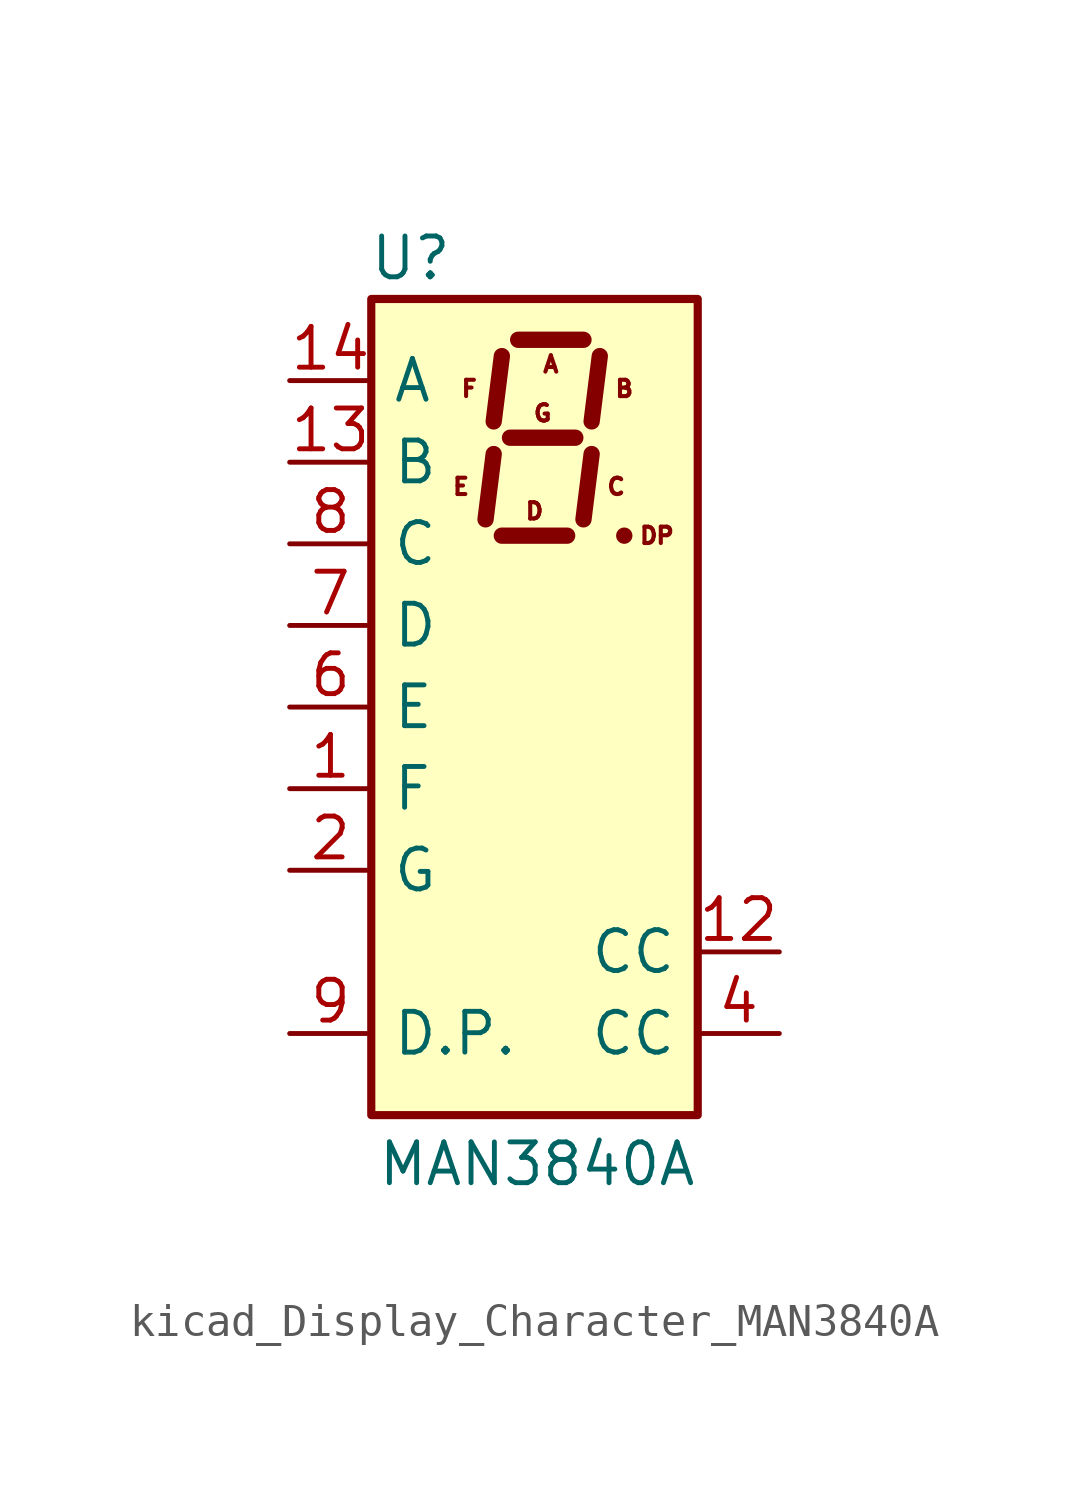
<source format=kicad_sym>
(kicad_symbol_lib
  (version 20220914)
  (generator kicad_symbol_editor)
  (symbol "kicad_Display_Character_MAN3840A"
    (pin_names
      (offset 0.635))
    (property "Reference" "U"
      (at -2.54 13.97 0)
      (effects (font (size 1.27 1.27)) (justify right)))
    (property "Value" "MAN3840A"
      (at 5.08 -14.224 0)
      (effects (font (size 1.27 1.27)) (justify right)))
    (symbol "kicad_Display_Character_MAN3840A_0_0"
      (text "A" (at 0.508 10.668 0) (effects (font (size 0.508 0.508))))
      (text "B" (at 2.794 9.906 0) (effects (font (size 0.508 0.508))))
      (text "C" (at 2.54 6.858 0) (effects (font (size 0.508 0.508))))
      (text "D" (at 0 6.096 0) (effects (font (size 0.508 0.508))))
      (text "DP" (at 3.81 5.334 0) (effects (font (size 0.508 0.508))))
      (text "E" (at -2.286 6.858 0) (effects (font (size 0.508 0.508))))
      (text "F" (at -2.032 9.906 0) (effects (font (size 0.508 0.508))))
      (text "G" (at 0.254 9.144 0) (effects (font (size 0.508 0.508)))))
    (symbol "kicad_Display_Character_MAN3840A_0_1"
      (rectangle (start -5.08 12.7) (end 5.08 -12.7) (stroke (width 0.254) (type default)) (fill (type background)))
      (polyline (pts (xy -1.27 7.874) (xy -1.524 5.842)) (stroke (width 0.508) (type default)) (fill (type none)))
      (polyline (pts (xy -1.016 5.334) (xy 1.016 5.334)) (stroke (width 0.508) (type default)) (fill (type none)))
      (polyline (pts (xy -1.016 10.922) (xy -1.27 8.89)) (stroke (width 0.508) (type default)) (fill (type none)))
      (polyline (pts (xy -0.762 8.382) (xy 1.27 8.382)) (stroke (width 0.508) (type default)) (fill (type none)))
      (polyline (pts (xy -0.508 11.43) (xy 1.524 11.43)) (stroke (width 0.508) (type default)) (fill (type none)))
      (polyline (pts (xy 1.778 7.874) (xy 1.524 5.842)) (stroke (width 0.508) (type default)) (fill (type none)))
      (polyline (pts (xy 2.032 10.922) (xy 1.778 8.89)) (stroke (width 0.508) (type default)) (fill (type none)))
      (polyline (pts (xy 2.794 5.334) (xy 2.794 5.334)) (stroke (width 0.508) (type default)) (fill (type none))))
    (symbol "kicad_Display_Character_MAN3840A_1_1"
      (pin input line (at -7.62 -2.54 0) (length 2.54) (name "F" (effects (font (size 1.27 1.27)))) (number "1" (effects (font (size 1.27 1.27)))))
      (pin no_connect line (at 5.08 -2.54 180) (length 2.54) hide (name "NC" (effects (font (size 1.27 1.27)))) (number "10" (effects (font (size 1.27 1.27)))))
      (pin no_connect line (at 5.08 -5.08 180) (length 2.54) hide (name "NC" (effects (font (size 1.27 1.27)))) (number "11" (effects (font (size 1.27 1.27)))))
      (pin input line (at 7.62 -7.62 180) (length 2.54) (name "CC" (effects (font (size 1.27 1.27)))) (number "12" (effects (font (size 1.27 1.27)))))
      (pin input line (at -7.62 7.62 0) (length 2.54) (name "B" (effects (font (size 1.27 1.27)))) (number "13" (effects (font (size 1.27 1.27)))))
      (pin input line (at -7.62 10.16 0) (length 2.54) (name "A" (effects (font (size 1.27 1.27)))) (number "14" (effects (font (size 1.27 1.27)))))
      (pin input line (at -7.62 -5.08 0) (length 2.54) (name "G" (effects (font (size 1.27 1.27)))) (number "2" (effects (font (size 1.27 1.27)))))
      (pin no_connect line (at 5.08 2.54 180) (length 2.54) hide (name "NC" (effects (font (size 1.27 1.27)))) (number "3" (effects (font (size 1.27 1.27)))))
      (pin input line (at 7.62 -10.16 180) (length 2.54) (name "CC" (effects (font (size 1.27 1.27)))) (number "4" (effects (font (size 1.27 1.27)))))
      (pin no_connect line (at 5.08 0 180) (length 2.54) hide (name "NC" (effects (font (size 1.27 1.27)))) (number "5" (effects (font (size 1.27 1.27)))))
      (pin input line (at -7.62 0 0) (length 2.54) (name "E" (effects (font (size 1.27 1.27)))) (number "6" (effects (font (size 1.27 1.27)))))
      (pin input line (at -7.62 2.54 0) (length 2.54) (name "D" (effects (font (size 1.27 1.27)))) (number "7" (effects (font (size 1.27 1.27)))))
      (pin input line (at -7.62 5.08 0) (length 2.54) (name "C" (effects (font (size 1.27 1.27)))) (number "8" (effects (font (size 1.27 1.27)))))
      (pin input line (at -7.62 -10.16 0) (length 2.54) (name "D.P." (effects (font (size 1.27 1.27)))) (number "9" (effects (font (size 1.27 1.27))))))))
</source>
